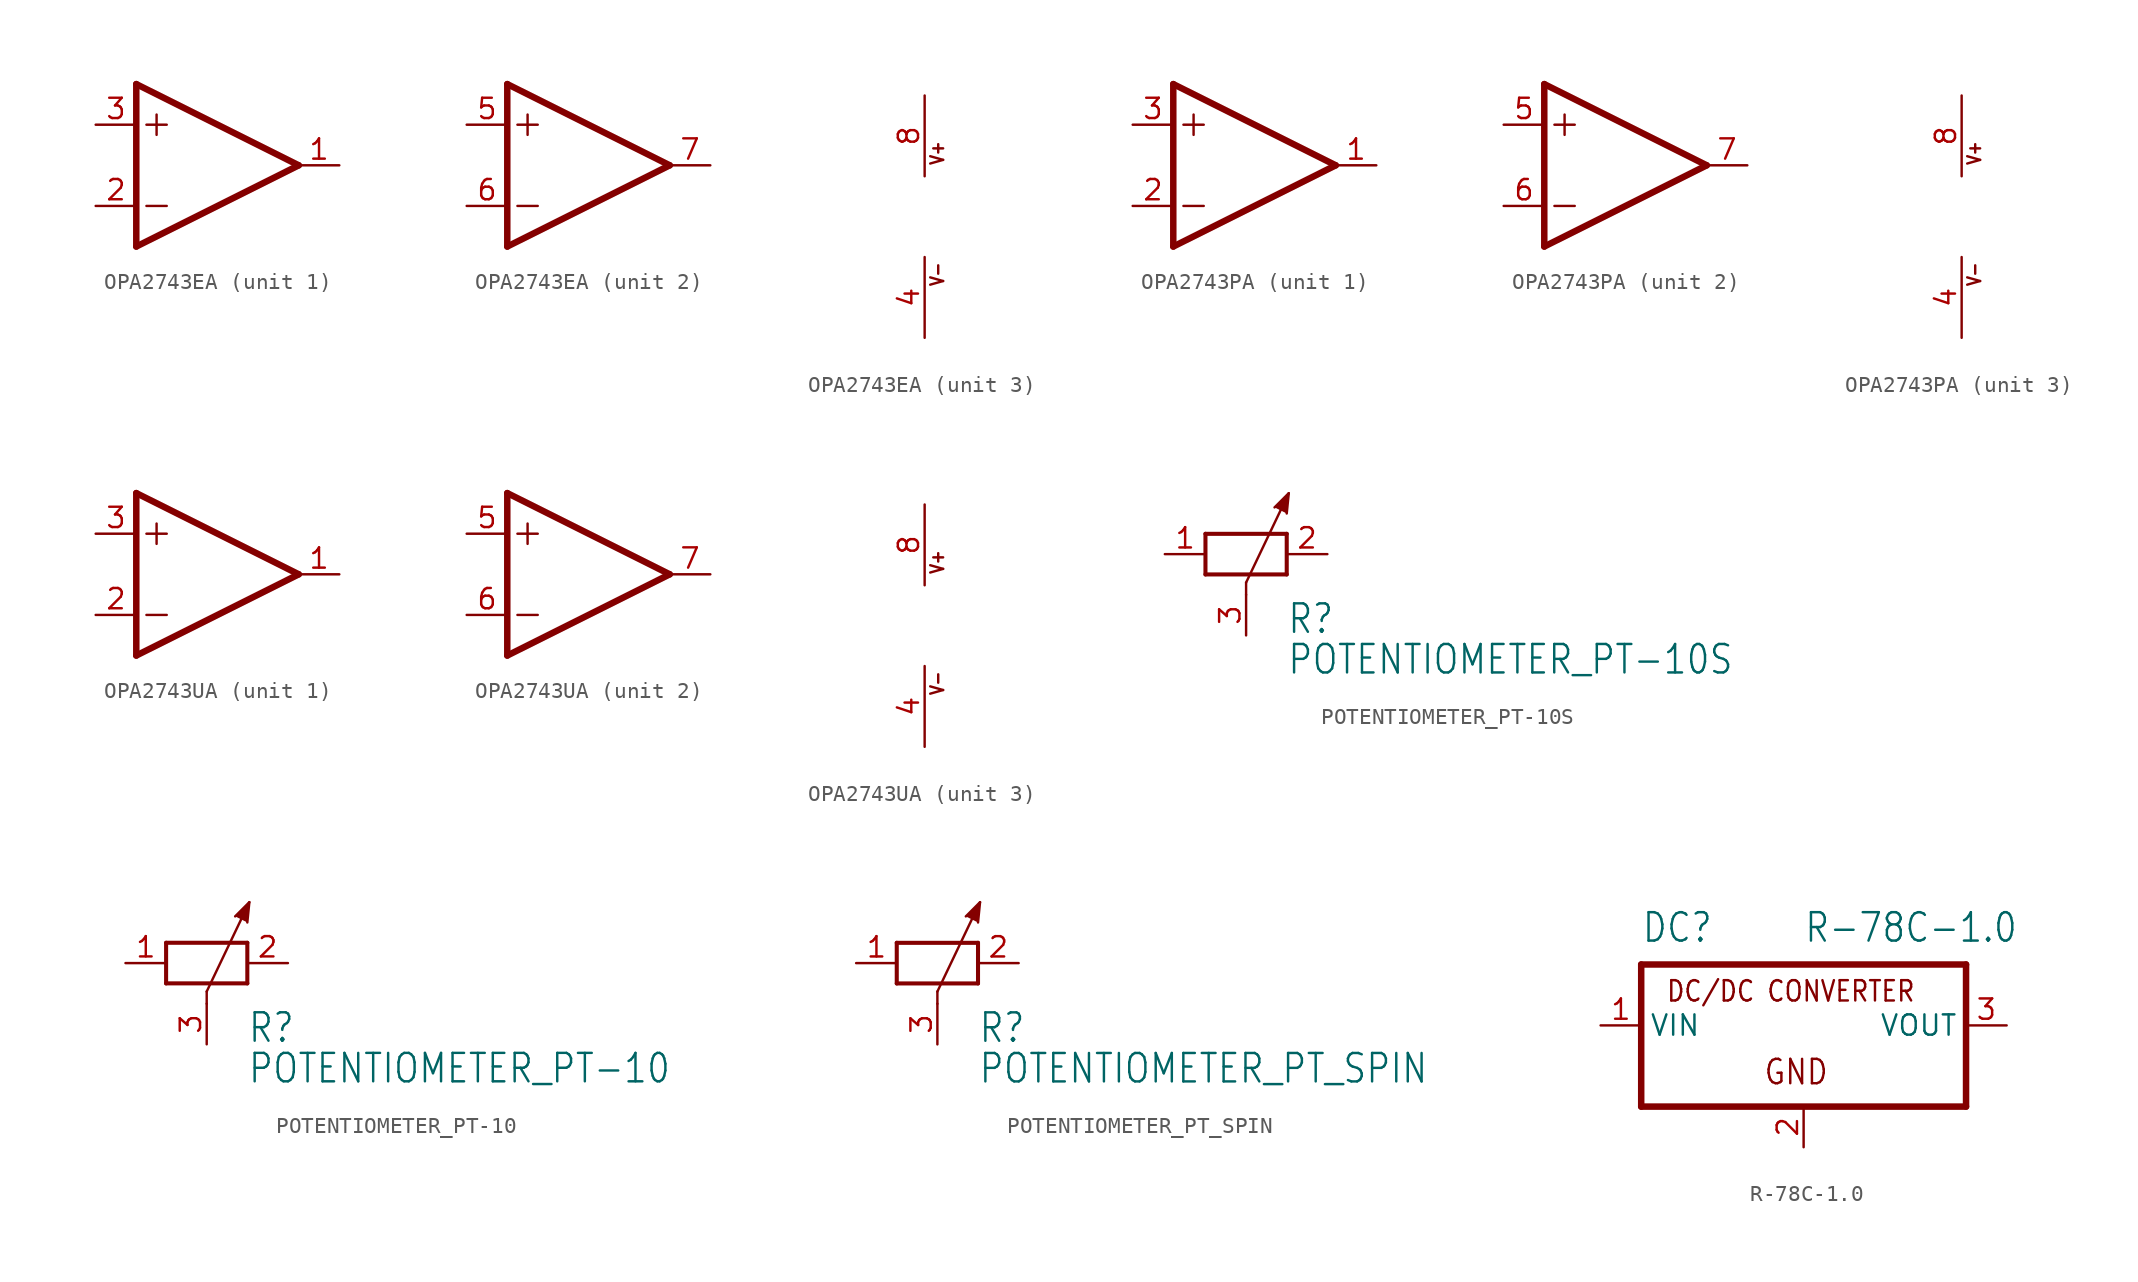
<source format=kicad_sym>
(kicad_symbol_lib
  (version 20211014)
  (generator kicad_symbol_editor)
  (symbol "OPA2743EA"
    (property "Reference" "IC"
      (at 2.54 3.175 0)
      (effects (font (size 1.778 1.511)) (justify left bottom) hide))
    (property "ki_locked" ""
      (at 0 0 0)
      (effects (font (size 1.27 1.27))))
    (symbol "OPA2743EA_1_0"
      (polyline (pts (xy -5.08 -5.08) (xy 5.08 0)) (stroke (width 0.406) (type default) (color 0 0 0 0)) (fill (type none)))
      (polyline (pts (xy -5.08 5.08) (xy -5.08 -5.08)) (stroke (width 0.406) (type default) (color 0 0 0 0)) (fill (type none)))
      (polyline (pts (xy -4.445 -2.54) (xy -3.175 -2.54)) (stroke (width 0.152) (type default) (color 0 0 0 0)) (fill (type none)))
      (polyline (pts (xy -4.445 2.54) (xy -3.175 2.54)) (stroke (width 0.152) (type default) (color 0 0 0 0)) (fill (type none)))
      (polyline (pts (xy -3.81 3.175) (xy -3.81 1.905)) (stroke (width 0.152) (type default) (color 0 0 0 0)) (fill (type none)))
      (polyline (pts (xy 5.08 0) (xy -5.08 5.08)) (stroke (width 0.406) (type default) (color 0 0 0 0)) (fill (type none)))
      (pin output line (at 7.62 0 180) (length 2.54) (name "OUT" (effects (font (size 0 0)))) (number "1" (effects (font (size 1.27 1.27)))))
      (pin input line (at -7.62 -2.54 0) (length 2.54) (name "-IN" (effects (font (size 0 0)))) (number "2" (effects (font (size 1.27 1.27)))))
      (pin input line (at -7.62 2.54 0) (length 2.54) (name "+IN" (effects (font (size 0 0)))) (number "3" (effects (font (size 1.27 1.27))))))
    (symbol "OPA2743EA_2_0"
      (polyline (pts (xy -5.08 -5.08) (xy 5.08 0)) (stroke (width 0.406) (type default) (color 0 0 0 0)) (fill (type none)))
      (polyline (pts (xy -5.08 5.08) (xy -5.08 -5.08)) (stroke (width 0.406) (type default) (color 0 0 0 0)) (fill (type none)))
      (polyline (pts (xy -4.445 -2.54) (xy -3.175 -2.54)) (stroke (width 0.152) (type default) (color 0 0 0 0)) (fill (type none)))
      (polyline (pts (xy -4.445 2.54) (xy -3.175 2.54)) (stroke (width 0.152) (type default) (color 0 0 0 0)) (fill (type none)))
      (polyline (pts (xy -3.81 3.175) (xy -3.81 1.905)) (stroke (width 0.152) (type default) (color 0 0 0 0)) (fill (type none)))
      (polyline (pts (xy 5.08 0) (xy -5.08 5.08)) (stroke (width 0.406) (type default) (color 0 0 0 0)) (fill (type none)))
      (pin input line (at -7.62 2.54 0) (length 2.54) (name "+IN" (effects (font (size 0 0)))) (number "5" (effects (font (size 1.27 1.27)))))
      (pin input line (at -7.62 -2.54 0) (length 2.54) (name "-IN" (effects (font (size 0 0)))) (number "6" (effects (font (size 1.27 1.27)))))
      (pin output line (at 7.62 0 180) (length 2.54) (name "OUT" (effects (font (size 0 0)))) (number "7" (effects (font (size 1.27 1.27))))))
    (symbol "OPA2743EA_3_0"
      (text "V+" (at 1.27 3.175 900) (effects (font (size 0.813 0.691)) (justify left bottom)))
      (text "V-" (at 1.27 -4.445 900) (effects (font (size 0.813 0.691)) (justify left bottom)))
      (pin power_in line (at 0 -7.62 90) (length 5.08) (name "V-" (effects (font (size 0 0)))) (number "4" (effects (font (size 1.27 1.27)))))
      (pin power_in line (at 0 7.62 270) (length 5.08) (name "V+" (effects (font (size 0 0)))) (number "8" (effects (font (size 1.27 1.27)))))))
  (symbol "OPA2743PA"
    (property "Reference" "IC"
      (at 2.54 3.175 0)
      (effects (font (size 1.778 1.511)) (justify left bottom) hide))
    (property "ki_locked" ""
      (at 0 0 0)
      (effects (font (size 1.27 1.27))))
    (symbol "OPA2743PA_1_0"
      (polyline (pts (xy -5.08 -5.08) (xy 5.08 0)) (stroke (width 0.406) (type default) (color 0 0 0 0)) (fill (type none)))
      (polyline (pts (xy -5.08 5.08) (xy -5.08 -5.08)) (stroke (width 0.406) (type default) (color 0 0 0 0)) (fill (type none)))
      (polyline (pts (xy -4.445 -2.54) (xy -3.175 -2.54)) (stroke (width 0.152) (type default) (color 0 0 0 0)) (fill (type none)))
      (polyline (pts (xy -4.445 2.54) (xy -3.175 2.54)) (stroke (width 0.152) (type default) (color 0 0 0 0)) (fill (type none)))
      (polyline (pts (xy -3.81 3.175) (xy -3.81 1.905)) (stroke (width 0.152) (type default) (color 0 0 0 0)) (fill (type none)))
      (polyline (pts (xy 5.08 0) (xy -5.08 5.08)) (stroke (width 0.406) (type default) (color 0 0 0 0)) (fill (type none)))
      (pin output line (at 7.62 0 180) (length 2.54) (name "OUT" (effects (font (size 0 0)))) (number "1" (effects (font (size 1.27 1.27)))))
      (pin input line (at -7.62 -2.54 0) (length 2.54) (name "-IN" (effects (font (size 0 0)))) (number "2" (effects (font (size 1.27 1.27)))))
      (pin input line (at -7.62 2.54 0) (length 2.54) (name "+IN" (effects (font (size 0 0)))) (number "3" (effects (font (size 1.27 1.27))))))
    (symbol "OPA2743PA_2_0"
      (polyline (pts (xy -5.08 -5.08) (xy 5.08 0)) (stroke (width 0.406) (type default) (color 0 0 0 0)) (fill (type none)))
      (polyline (pts (xy -5.08 5.08) (xy -5.08 -5.08)) (stroke (width 0.406) (type default) (color 0 0 0 0)) (fill (type none)))
      (polyline (pts (xy -4.445 -2.54) (xy -3.175 -2.54)) (stroke (width 0.152) (type default) (color 0 0 0 0)) (fill (type none)))
      (polyline (pts (xy -4.445 2.54) (xy -3.175 2.54)) (stroke (width 0.152) (type default) (color 0 0 0 0)) (fill (type none)))
      (polyline (pts (xy -3.81 3.175) (xy -3.81 1.905)) (stroke (width 0.152) (type default) (color 0 0 0 0)) (fill (type none)))
      (polyline (pts (xy 5.08 0) (xy -5.08 5.08)) (stroke (width 0.406) (type default) (color 0 0 0 0)) (fill (type none)))
      (pin input line (at -7.62 2.54 0) (length 2.54) (name "+IN" (effects (font (size 0 0)))) (number "5" (effects (font (size 1.27 1.27)))))
      (pin input line (at -7.62 -2.54 0) (length 2.54) (name "-IN" (effects (font (size 0 0)))) (number "6" (effects (font (size 1.27 1.27)))))
      (pin output line (at 7.62 0 180) (length 2.54) (name "OUT" (effects (font (size 0 0)))) (number "7" (effects (font (size 1.27 1.27))))))
    (symbol "OPA2743PA_3_0"
      (text "V+" (at 1.27 3.175 900) (effects (font (size 0.813 0.691)) (justify left bottom)))
      (text "V-" (at 1.27 -4.445 900) (effects (font (size 0.813 0.691)) (justify left bottom)))
      (pin power_in line (at 0 -7.62 90) (length 5.08) (name "V-" (effects (font (size 0 0)))) (number "4" (effects (font (size 1.27 1.27)))))
      (pin power_in line (at 0 7.62 270) (length 5.08) (name "V+" (effects (font (size 0 0)))) (number "8" (effects (font (size 1.27 1.27)))))))
  (symbol "OPA2743UA"
    (property "Reference" "IC"
      (at 2.54 3.175 0)
      (effects (font (size 1.778 1.511)) (justify left bottom) hide))
    (property "ki_locked" ""
      (at 0 0 0)
      (effects (font (size 1.27 1.27))))
    (symbol "OPA2743UA_1_0"
      (polyline (pts (xy -5.08 -5.08) (xy 5.08 0)) (stroke (width 0.406) (type default) (color 0 0 0 0)) (fill (type none)))
      (polyline (pts (xy -5.08 5.08) (xy -5.08 -5.08)) (stroke (width 0.406) (type default) (color 0 0 0 0)) (fill (type none)))
      (polyline (pts (xy -4.445 -2.54) (xy -3.175 -2.54)) (stroke (width 0.152) (type default) (color 0 0 0 0)) (fill (type none)))
      (polyline (pts (xy -4.445 2.54) (xy -3.175 2.54)) (stroke (width 0.152) (type default) (color 0 0 0 0)) (fill (type none)))
      (polyline (pts (xy -3.81 3.175) (xy -3.81 1.905)) (stroke (width 0.152) (type default) (color 0 0 0 0)) (fill (type none)))
      (polyline (pts (xy 5.08 0) (xy -5.08 5.08)) (stroke (width 0.406) (type default) (color 0 0 0 0)) (fill (type none)))
      (pin output line (at 7.62 0 180) (length 2.54) (name "OUT" (effects (font (size 0 0)))) (number "1" (effects (font (size 1.27 1.27)))))
      (pin input line (at -7.62 -2.54 0) (length 2.54) (name "-IN" (effects (font (size 0 0)))) (number "2" (effects (font (size 1.27 1.27)))))
      (pin input line (at -7.62 2.54 0) (length 2.54) (name "+IN" (effects (font (size 0 0)))) (number "3" (effects (font (size 1.27 1.27))))))
    (symbol "OPA2743UA_2_0"
      (polyline (pts (xy -5.08 -5.08) (xy 5.08 0)) (stroke (width 0.406) (type default) (color 0 0 0 0)) (fill (type none)))
      (polyline (pts (xy -5.08 5.08) (xy -5.08 -5.08)) (stroke (width 0.406) (type default) (color 0 0 0 0)) (fill (type none)))
      (polyline (pts (xy -4.445 -2.54) (xy -3.175 -2.54)) (stroke (width 0.152) (type default) (color 0 0 0 0)) (fill (type none)))
      (polyline (pts (xy -4.445 2.54) (xy -3.175 2.54)) (stroke (width 0.152) (type default) (color 0 0 0 0)) (fill (type none)))
      (polyline (pts (xy -3.81 3.175) (xy -3.81 1.905)) (stroke (width 0.152) (type default) (color 0 0 0 0)) (fill (type none)))
      (polyline (pts (xy 5.08 0) (xy -5.08 5.08)) (stroke (width 0.406) (type default) (color 0 0 0 0)) (fill (type none)))
      (pin input line (at -7.62 2.54 0) (length 2.54) (name "+IN" (effects (font (size 0 0)))) (number "5" (effects (font (size 1.27 1.27)))))
      (pin input line (at -7.62 -2.54 0) (length 2.54) (name "-IN" (effects (font (size 0 0)))) (number "6" (effects (font (size 1.27 1.27)))))
      (pin output line (at 7.62 0 180) (length 2.54) (name "OUT" (effects (font (size 0 0)))) (number "7" (effects (font (size 1.27 1.27))))))
    (symbol "OPA2743UA_3_0"
      (text "V+" (at 1.27 3.175 900) (effects (font (size 0.813 0.691)) (justify left bottom)))
      (text "V-" (at 1.27 -4.445 900) (effects (font (size 0.813 0.691)) (justify left bottom)))
      (pin power_in line (at 0 -7.62 90) (length 5.08) (name "V-" (effects (font (size 0 0)))) (number "4" (effects (font (size 1.27 1.27)))))
      (pin power_in line (at 0 7.62 270) (length 5.08) (name "V+" (effects (font (size 0 0)))) (number "8" (effects (font (size 1.27 1.27)))))))
  (symbol "POTENTIOMETER_PT-10S"
    (property "Reference" "R"
      (at 2.54 -5.08 0)
      (effects (font (size 1.778 1.511)) (justify left bottom)))
    (property "Value" "POTENTIOMETER_PT-10S"
      (at 2.54 -7.62 0)
      (effects (font (size 1.778 1.511)) (justify left bottom)))
    (property "ki_locked" ""
      (at 0 0 0)
      (effects (font (size 1.27 1.27))))
    (symbol "POTENTIOMETER_PT-10S_1_0"
      (polyline (pts (xy -2.54 -1.27) (xy 2.54 -1.27)) (stroke (width 0.254) (type default) (color 0 0 0 0)) (fill (type none)))
      (polyline (pts (xy -2.54 1.27) (xy -2.54 -1.27)) (stroke (width 0.254) (type default) (color 0 0 0 0)) (fill (type none)))
      (polyline (pts (xy 0 -1.778) (xy 0 -2.54)) (stroke (width 0.152) (type default) (color 0 0 0 0)) (fill (type none)))
      (polyline (pts (xy 0 -1.778) (xy 2.667 3.81)) (stroke (width 0.152) (type default) (color 0 0 0 0)) (fill (type none)))
      (polyline (pts (xy 2.54 -1.27) (xy 2.54 1.27)) (stroke (width 0.254) (type default) (color 0 0 0 0)) (fill (type none)))
      (polyline (pts (xy 2.54 1.27) (xy -2.54 1.27)) (stroke (width 0.254) (type default) (color 0 0 0 0)) (fill (type none)))
      (polyline (pts (xy 2.54 2.54) (xy 2.667 3.81) (xy 1.778 2.921)) (stroke (width 0) (type default) (color 0 0 0 0)) (fill (type outline)))
      (pin passive line (at -5.08 0 0) (length 2.54) (name "1" (effects (font (size 0 0)))) (number "1" (effects (font (size 1.27 1.27)))))
      (pin passive line (at 5.08 0 180) (length 2.54) (name "2" (effects (font (size 0 0)))) (number "2" (effects (font (size 1.27 1.27)))))
      (pin passive line (at 0 -5.08 90) (length 2.54) (name "3" (effects (font (size 0 0)))) (number "3" (effects (font (size 1.27 1.27)))))))
  (symbol "POTENTIOMETER_PT-10"
    (property "Reference" "R"
      (at 2.54 -5.08 0)
      (effects (font (size 1.778 1.511)) (justify left bottom)))
    (property "Value" "POTENTIOMETER_PT-10"
      (at 2.54 -7.62 0)
      (effects (font (size 1.778 1.511)) (justify left bottom)))
    (property "ki_locked" ""
      (at 0 0 0)
      (effects (font (size 1.27 1.27))))
    (symbol "POTENTIOMETER_PT-10_1_0"
      (polyline (pts (xy -2.54 -1.27) (xy 2.54 -1.27)) (stroke (width 0.254) (type default) (color 0 0 0 0)) (fill (type none)))
      (polyline (pts (xy -2.54 1.27) (xy -2.54 -1.27)) (stroke (width 0.254) (type default) (color 0 0 0 0)) (fill (type none)))
      (polyline (pts (xy 0 -1.778) (xy 0 -2.54)) (stroke (width 0.152) (type default) (color 0 0 0 0)) (fill (type none)))
      (polyline (pts (xy 0 -1.778) (xy 2.667 3.81)) (stroke (width 0.152) (type default) (color 0 0 0 0)) (fill (type none)))
      (polyline (pts (xy 2.54 -1.27) (xy 2.54 1.27)) (stroke (width 0.254) (type default) (color 0 0 0 0)) (fill (type none)))
      (polyline (pts (xy 2.54 1.27) (xy -2.54 1.27)) (stroke (width 0.254) (type default) (color 0 0 0 0)) (fill (type none)))
      (polyline (pts (xy 2.54 2.54) (xy 2.667 3.81) (xy 1.778 2.921)) (stroke (width 0) (type default) (color 0 0 0 0)) (fill (type outline)))
      (pin passive line (at -5.08 0 0) (length 2.54) (name "1" (effects (font (size 0 0)))) (number "1" (effects (font (size 1.27 1.27)))))
      (pin passive line (at 5.08 0 180) (length 2.54) (name "2" (effects (font (size 0 0)))) (number "2" (effects (font (size 1.27 1.27)))))
      (pin passive line (at 0 -5.08 90) (length 2.54) (name "3" (effects (font (size 0 0)))) (number "3" (effects (font (size 1.27 1.27)))))))
  (symbol "POTENTIOMETER_PT_SPIN"
    (property "Reference" "R"
      (at 2.54 -5.08 0)
      (effects (font (size 1.778 1.511)) (justify left bottom)))
    (property "Value" "POTENTIOMETER_PT_SPIN"
      (at 2.54 -7.62 0)
      (effects (font (size 1.778 1.511)) (justify left bottom)))
    (property "ki_locked" ""
      (at 0 0 0)
      (effects (font (size 1.27 1.27))))
    (symbol "POTENTIOMETER_PT_SPIN_1_0"
      (polyline (pts (xy -2.54 -1.27) (xy 2.54 -1.27)) (stroke (width 0.254) (type default) (color 0 0 0 0)) (fill (type none)))
      (polyline (pts (xy -2.54 1.27) (xy -2.54 -1.27)) (stroke (width 0.254) (type default) (color 0 0 0 0)) (fill (type none)))
      (polyline (pts (xy 0 -1.778) (xy 0 -2.54)) (stroke (width 0.152) (type default) (color 0 0 0 0)) (fill (type none)))
      (polyline (pts (xy 0 -1.778) (xy 2.667 3.81)) (stroke (width 0.152) (type default) (color 0 0 0 0)) (fill (type none)))
      (polyline (pts (xy 2.54 -1.27) (xy 2.54 1.27)) (stroke (width 0.254) (type default) (color 0 0 0 0)) (fill (type none)))
      (polyline (pts (xy 2.54 1.27) (xy -2.54 1.27)) (stroke (width 0.254) (type default) (color 0 0 0 0)) (fill (type none)))
      (polyline (pts (xy 2.54 2.54) (xy 2.667 3.81) (xy 1.778 2.921)) (stroke (width 0) (type default) (color 0 0 0 0)) (fill (type outline)))
      (pin passive line (at -5.08 0 0) (length 2.54) (name "1" (effects (font (size 0 0)))) (number "1" (effects (font (size 1.27 1.27)))))
      (pin passive line (at 5.08 0 180) (length 2.54) (name "2" (effects (font (size 0 0)))) (number "2" (effects (font (size 1.27 1.27)))))
      (pin passive line (at 0 -5.08 90) (length 2.54) (name "3" (effects (font (size 0 0)))) (number "3" (effects (font (size 1.27 1.27)))))))
  (symbol "R-78C-1.0"
    (property "Reference" "DC"
      (at -10.16 5.08 0)
      (effects (font (size 1.778 1.511)) (justify left bottom)))
    (property "Value" "R-78C-1.0"
      (at 0 5.08 0)
      (effects (font (size 1.778 1.511)) (justify left bottom)))
    (property "ki_locked" ""
      (at 0 0 0)
      (effects (font (size 1.27 1.27))))
    (symbol "R-78C-1.0_1_0"
      (polyline (pts (xy -10.16 -5.08) (xy -10.16 3.81)) (stroke (width 0.406) (type default) (color 0 0 0 0)) (fill (type none)))
      (polyline (pts (xy -10.16 3.81) (xy 10.16 3.81)) (stroke (width 0.406) (type default) (color 0 0 0 0)) (fill (type none)))
      (polyline (pts (xy 10.16 -5.08) (xy -10.16 -5.08)) (stroke (width 0.406) (type default) (color 0 0 0 0)) (fill (type none)))
      (polyline (pts (xy 10.16 3.81) (xy 10.16 -5.08)) (stroke (width 0.406) (type default) (color 0 0 0 0)) (fill (type none)))
      (text "DC/DC CONVERTER" (at -8.636 1.397 0) (effects (font (size 1.27 1.079)) (justify left bottom)))
      (text "GND" (at -2.54 -3.81 0) (effects (font (size 1.524 1.295)) (justify left bottom)))
      (pin passive line (at -12.7 0 0) (length 2.54) (name "VIN" (effects (font (size 1.27 1.27)))) (number "1" (effects (font (size 1.27 1.27)))))
      (pin passive line (at 0 -7.62 90) (length 2.54) (name "GND" (effects (font (size 0 0)))) (number "2" (effects (font (size 1.27 1.27)))))
      (pin passive line (at 12.7 0 180) (length 2.54) (name "VOUT" (effects (font (size 1.27 1.27)))) (number "3" (effects (font (size 1.27 1.27))))))))
</source>
